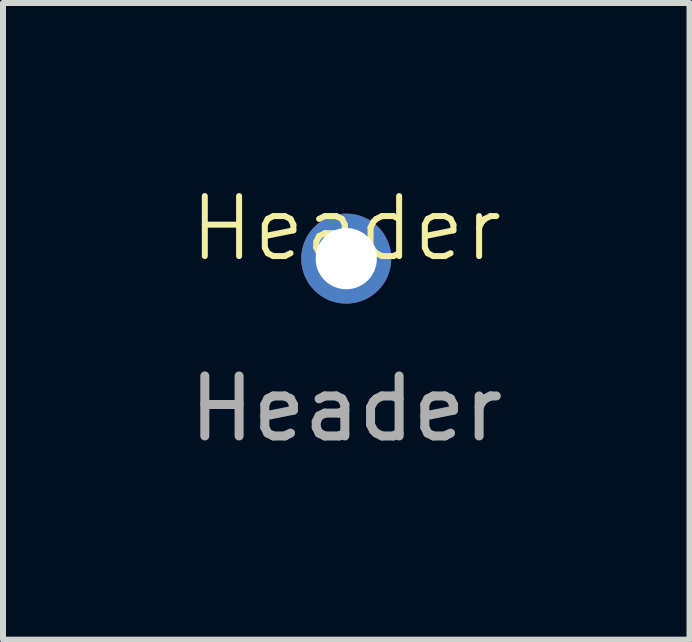
<source format=kicad_pcb>
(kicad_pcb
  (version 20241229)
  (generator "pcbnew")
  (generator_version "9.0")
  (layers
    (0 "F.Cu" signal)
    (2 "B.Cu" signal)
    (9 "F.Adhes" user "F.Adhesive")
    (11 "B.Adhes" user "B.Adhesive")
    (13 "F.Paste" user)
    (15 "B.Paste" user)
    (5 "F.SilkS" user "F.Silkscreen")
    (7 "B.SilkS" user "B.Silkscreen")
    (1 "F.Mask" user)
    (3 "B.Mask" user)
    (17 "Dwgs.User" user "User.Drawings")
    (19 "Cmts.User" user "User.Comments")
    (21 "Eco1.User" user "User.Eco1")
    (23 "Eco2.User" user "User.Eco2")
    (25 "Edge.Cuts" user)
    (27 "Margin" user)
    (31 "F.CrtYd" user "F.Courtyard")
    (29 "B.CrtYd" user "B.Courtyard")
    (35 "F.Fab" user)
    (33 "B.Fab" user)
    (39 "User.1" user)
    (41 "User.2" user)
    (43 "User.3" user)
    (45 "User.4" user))
  (footprint "Header"
    (layer "F.Cu")
    (at 2.72 1.26)
    (property "Reference" "Header" (at 0 -0.5 0) (unlocked yes) (layer "F.SilkS") (effects (font (size 1 1) (thickness 0.1))))
    (attr through_hole)
    (fp_text user "${REFERENCE}" (at 0 2.5 0) (unlocked yes) (layer "F.Fab") (effects (font (size 1 1) (thickness 0.15))))
    (pad "1" thru_hole circle (at 0 0) (size 1.5 1.5) (drill 1.02) (layers "*.Cu" "*.Mask")))
  (gr_rect
    (start -3 -3)
    (end 8.44 7.609)
    (stroke (width 0.1) (type default))
    (fill no)
    (layer "Edge.Cuts")))
</source>
